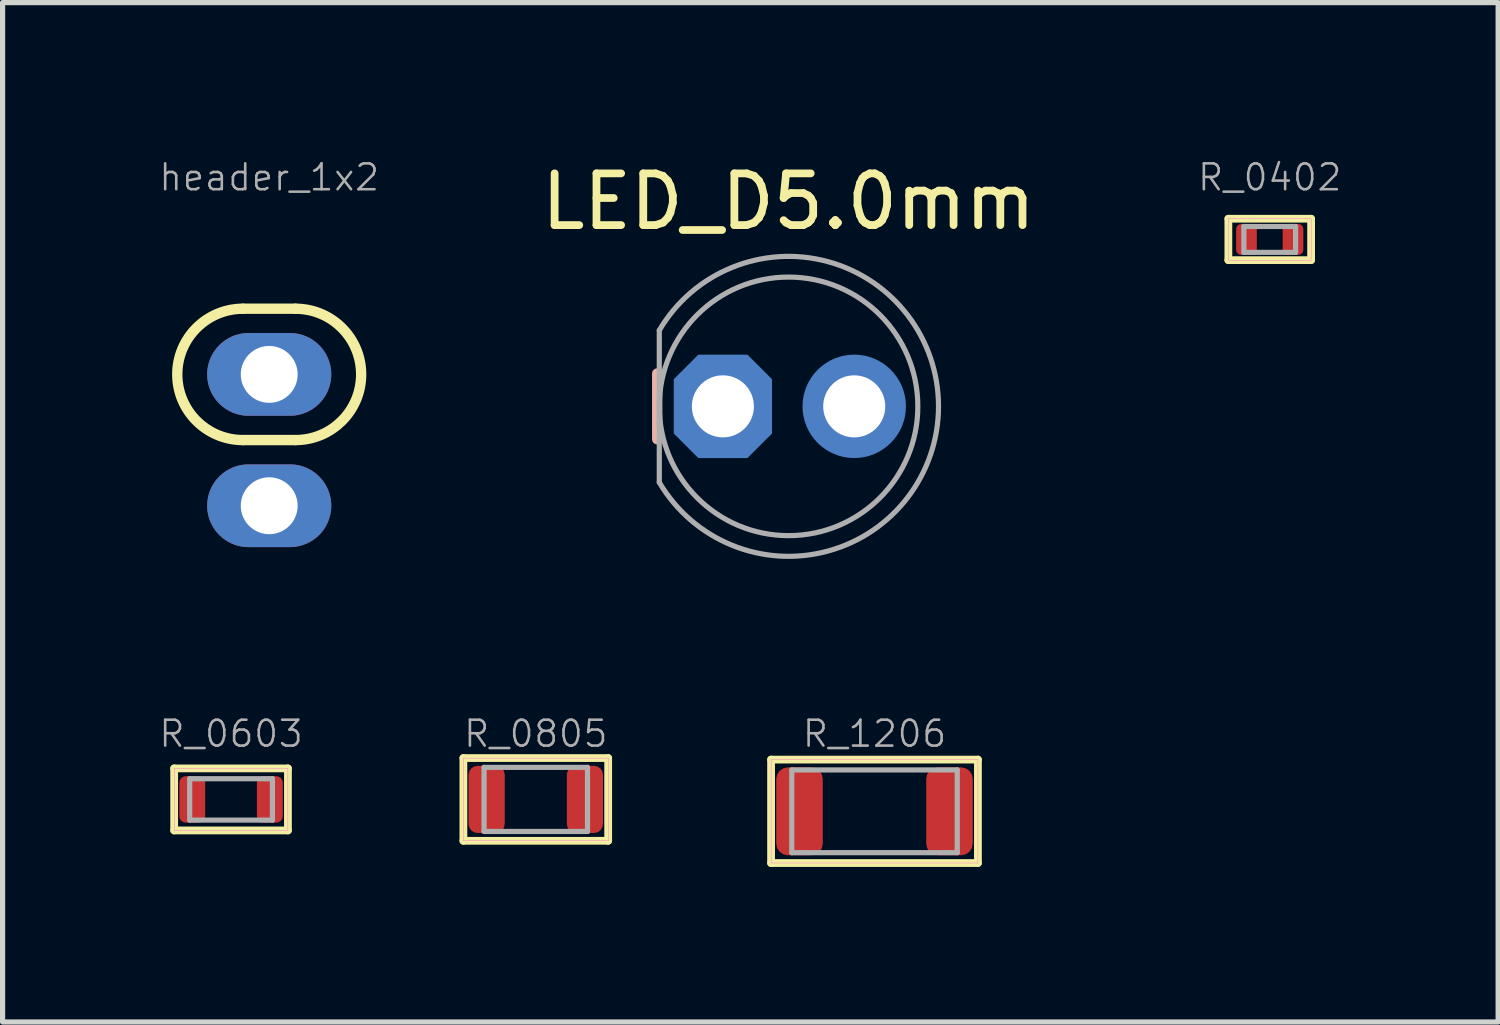
<source format=kicad_pcb>
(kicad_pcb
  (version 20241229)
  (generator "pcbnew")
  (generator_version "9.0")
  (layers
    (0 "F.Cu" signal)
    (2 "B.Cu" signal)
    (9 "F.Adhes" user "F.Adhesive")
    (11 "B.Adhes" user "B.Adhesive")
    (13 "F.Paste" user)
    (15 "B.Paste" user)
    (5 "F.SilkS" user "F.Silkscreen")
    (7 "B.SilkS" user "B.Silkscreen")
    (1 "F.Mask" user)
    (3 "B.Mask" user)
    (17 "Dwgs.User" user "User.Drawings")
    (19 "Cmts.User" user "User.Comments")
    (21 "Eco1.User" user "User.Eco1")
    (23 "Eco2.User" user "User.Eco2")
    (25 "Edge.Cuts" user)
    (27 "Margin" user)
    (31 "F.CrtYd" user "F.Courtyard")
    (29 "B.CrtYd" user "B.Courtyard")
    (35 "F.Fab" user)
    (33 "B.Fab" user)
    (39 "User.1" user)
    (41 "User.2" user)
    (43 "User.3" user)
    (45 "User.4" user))
  (footprint "LED_D5.0mm"
    (layer "F.Cu")
    (at 10.929 4.808)
    (property "Reference" "LED_D5.0mm" (at 1.27 -3.96 0) (layer "F.SilkS") (effects (font (size 1 1) (thickness 0.15))))
    (attr through_hole)
    (fp_line (start -1.27 0.635) (end -1.27 -0.635) (stroke (width 0.2) (type solid)) (layer "B.SilkS"))
    (fp_line (start -1.23 -1.47) (end -1.23 1.47) (stroke (width 0.1) (type solid)) (layer "F.Fab"))
    (fp_arc (start -1.23 -1.469694) (mid 4.17 0.000016) (end -1.230016 1.469666) (stroke (width 0.1) (type solid)) (layer "F.Fab"))
    (fp_circle (center 1.27 0) (end 3.77 0) (stroke (width 0.1) (type solid)) (fill no) (layer "F.Fab"))
    (pad "1" thru_hole circle (at 0 0) (size 1.6 1.6) (drill 1.2) (layers "*.Cu" "B.Mask"))
    (pad "1" smd roundrect (at 0 0) (size 1.9 2) (layers "B.Cu" "B.Mask" "B.Paste") (roundrect_rratio 0) (chamfer_ratio 0.25) (chamfer top_left top_right bottom_left bottom_right))
    (pad "2" thru_hole circle (at 2.54 0) (size 1.6 1.6) (drill 1.2) (layers "*.Cu" "B.Mask"))
    (pad "2" smd circle (at 2.54 0) (size 2 2) (layers "B.Cu" "B.Mask" "B.Paste")))
  (footprint "R_0805"
    (layer "F.Cu")
    (at 7.311 12.409)
    (property "Reference" "R_0805" (at 0 -1.27 0) (layer "F.Fab") (effects (font (size 0.5 0.5) (thickness 0.05))))
    (attr smd)
    (fp_line (start -1.4 -0.8) (end -1.4 0.8) (stroke (width 0.15) (type solid)) (layer "F.SilkS"))
    (fp_line (start -1.4 0.8) (end 1.4 0.8) (stroke (width 0.15) (type solid)) (layer "F.SilkS"))
    (fp_line (start 1.4 -0.8) (end -1.4 -0.8) (stroke (width 0.15) (type solid)) (layer "F.SilkS"))
    (fp_line (start 1.4 0.8) (end 1.4 -0.8) (stroke (width 0.15) (type solid)) (layer "F.SilkS"))
    (fp_rect (start -1.4 -0.8) (end 1.4 0.8) (stroke (width 0.005) (type solid)) (fill no) (layer "F.CrtYd"))
    (fp_line (start -1 -0.62) (end 1 -0.62) (stroke (width 0.1) (type solid)) (layer "F.Fab"))
    (fp_line (start -1 0.62) (end -1 -0.62) (stroke (width 0.1) (type solid)) (layer "F.Fab"))
    (fp_line (start 1 -0.62) (end 1 0.62) (stroke (width 0.1) (type solid)) (layer "F.Fab"))
    (fp_line (start 1 0.62) (end -1 0.62) (stroke (width 0.1) (type solid)) (layer "F.Fab"))
    (pad "1" smd roundrect (at -0.95 0) (size 0.7 1.3) (layers "F.Cu" "F.Mask" "F.Paste") (roundrect_rratio 0.25))
    (pad "2" smd roundrect (at 0.95 0) (size 0.7 1.3) (layers "F.Cu" "F.Mask" "F.Paste") (roundrect_rratio 0.25)))
  (footprint "R_0402"
    (layer "F.Cu")
    (at 21.504 1.58)
    (property "Reference" "R_0402" (at 0 -1.2 0) (layer "F.Fab") (effects (font (size 0.5 0.5) (thickness 0.05))))
    (attr smd)
    (fp_line (start -0.8 -0.4) (end -0.8 0.4) (stroke (width 0.15) (type solid)) (layer "F.SilkS"))
    (fp_line (start -0.8 0.4) (end 0.8 0.4) (stroke (width 0.15) (type solid)) (layer "F.SilkS"))
    (fp_line (start 0.8 -0.4) (end -0.8 -0.4) (stroke (width 0.15) (type solid)) (layer "F.SilkS"))
    (fp_line (start 0.8 0.4) (end 0.8 -0.4) (stroke (width 0.15) (type solid)) (layer "F.SilkS"))
    (fp_rect (start -0.8 -0.4) (end 0.8 0.4) (stroke (width 0.005) (type solid)) (fill no) (layer "F.CrtYd"))
    (fp_line (start -0.5 -0.25) (end 0.5 -0.25) (stroke (width 0.1) (type solid)) (layer "F.Fab"))
    (fp_line (start -0.5 0.25) (end -0.5 -0.25) (stroke (width 0.1) (type solid)) (layer "F.Fab"))
    (fp_line (start 0.5 -0.25) (end 0.5 0.25) (stroke (width 0.1) (type solid)) (layer "F.Fab"))
    (fp_line (start 0.5 0.25) (end -0.5 0.25) (stroke (width 0.1) (type solid)) (layer "F.Fab"))
    (pad "1" smd roundrect (at -0.45 0) (size 0.4 0.6) (layers "F.Cu" "F.Mask" "F.Paste") (roundrect_rratio 0.25))
    (pad "2" smd roundrect (at 0.45 0) (size 0.4 0.6) (layers "F.Cu" "F.Mask" "F.Paste") (roundrect_rratio 0.25)))
  (footprint "R_1206"
    (layer "F.Cu")
    (at 13.861 12.639)
    (property "Reference" "R_1206" (at 0 -1.5 0) (layer "F.Fab") (effects (font (size 0.5 0.5) (thickness 0.05))))
    (attr smd)
    (fp_line (start -2 -1) (end -2 1) (stroke (width 0.15) (type solid)) (layer "F.SilkS"))
    (fp_line (start -2 1) (end 2 1) (stroke (width 0.15) (type solid)) (layer "F.SilkS"))
    (fp_line (start 2 -1) (end -2 -1) (stroke (width 0.15) (type solid)) (layer "F.SilkS"))
    (fp_line (start 2 1) (end 2 -1) (stroke (width 0.15) (type solid)) (layer "F.SilkS"))
    (fp_rect (start -2 -1) (end 2 1) (stroke (width 0.005) (type solid)) (fill no) (layer "F.CrtYd"))
    (fp_line (start -1.6 -0.8) (end 1.6 -0.8) (stroke (width 0.1) (type solid)) (layer "F.Fab"))
    (fp_line (start -1.6 0.8) (end -1.6 -0.8) (stroke (width 0.1) (type solid)) (layer "F.Fab"))
    (fp_line (start 1.6 -0.8) (end 1.6 0.8) (stroke (width 0.1) (type solid)) (layer "F.Fab"))
    (fp_line (start 1.6 0.8) (end -1.6 0.8) (stroke (width 0.1) (type solid)) (layer "F.Fab"))
    (pad "1" smd roundrect (at -1.45 0) (size 0.9 1.7) (layers "F.Cu" "F.Mask" "F.Paste") (roundrect_rratio 0.25))
    (pad "2" smd roundrect (at 1.45 0) (size 0.9 1.7) (layers "F.Cu" "F.Mask" "F.Paste") (roundrect_rratio 0.25)))
  (footprint "R_0603"
    (layer "F.Cu")
    (at 1.418 12.409)
    (property "Reference" "R_0603" (at 0 -1.27 0) (layer "F.Fab") (effects (font (size 0.5 0.5) (thickness 0.05))))
    (attr smd)
    (fp_line (start -1.1 -0.6) (end -1.1 0.6) (stroke (width 0.15) (type solid)) (layer "F.SilkS"))
    (fp_line (start -1.1 0.6) (end 1.1 0.6) (stroke (width 0.15) (type solid)) (layer "F.SilkS"))
    (fp_line (start 1.1 -0.6) (end -1.1 -0.6) (stroke (width 0.15) (type solid)) (layer "F.SilkS"))
    (fp_line (start 1.1 0.6) (end 1.1 -0.6) (stroke (width 0.15) (type solid)) (layer "F.SilkS"))
    (fp_rect (start -1.1 -0.6) (end 1.1 0.6) (stroke (width 0.005) (type solid)) (fill no) (layer "F.CrtYd"))
    (fp_line (start -0.8 -0.4) (end 0.8 -0.4) (stroke (width 0.1) (type solid)) (layer "F.Fab"))
    (fp_line (start -0.8 0.4) (end -0.8 -0.4) (stroke (width 0.1) (type solid)) (layer "F.Fab"))
    (fp_line (start 0.8 -0.4) (end 0.8 0.4) (stroke (width 0.1) (type solid)) (layer "F.Fab"))
    (fp_line (start 0.8 0.4) (end -0.8 0.4) (stroke (width 0.1) (type solid)) (layer "F.Fab"))
    (pad "1" smd roundrect (at -0.75 0) (size 0.5 0.9) (layers "F.Cu" "F.Mask" "F.Paste") (roundrect_rratio 0.25))
    (pad "2" smd roundrect (at 0.75 0) (size 0.5 0.9) (layers "F.Cu" "F.Mask" "F.Paste") (roundrect_rratio 0.25)))
  (footprint "header_1x2"
    (layer "F.Cu")
    (at 2.156 5.46)
    (property "Reference" "header_1x2" (at 0 -5.08 0) (layer "F.Fab") (effects (font (size 0.5 0.5) (thickness 0.05))))
    (attr through_hole)
    (fp_line (start -0.508 -2.54) (end 0.508 -2.54) (stroke (width 0.2) (type solid)) (layer "F.SilkS"))
    (fp_line (start 0.508 0) (end -0.508 0) (stroke (width 0.2) (type solid)) (layer "F.SilkS"))
    (fp_arc (start -0.508 0) (mid -1.778 -1.27) (end -0.508 -2.54) (stroke (width 0.2) (type solid)) (layer "F.SilkS"))
    (fp_arc (start 0.508 -2.54) (mid 1.778 -1.27) (end 0.508 0) (stroke (width 0.2) (type solid)) (layer "F.SilkS"))
    (pad "1" thru_hole oval (at 0 -1.27) (size 2.4 1.6) (drill 1.1) (layers "*.Cu" "*.Mask"))
    (pad "2" thru_hole oval (at 0 1.27) (size 2.4 1.6) (drill 1.1) (layers "*.Cu" "*.Mask")))
  (gr_rect
    (start -3 -3)
    (end 25.921 16.713)
    (stroke (width 0.1) (type default))
    (fill no)
    (layer "Edge.Cuts")))
</source>
